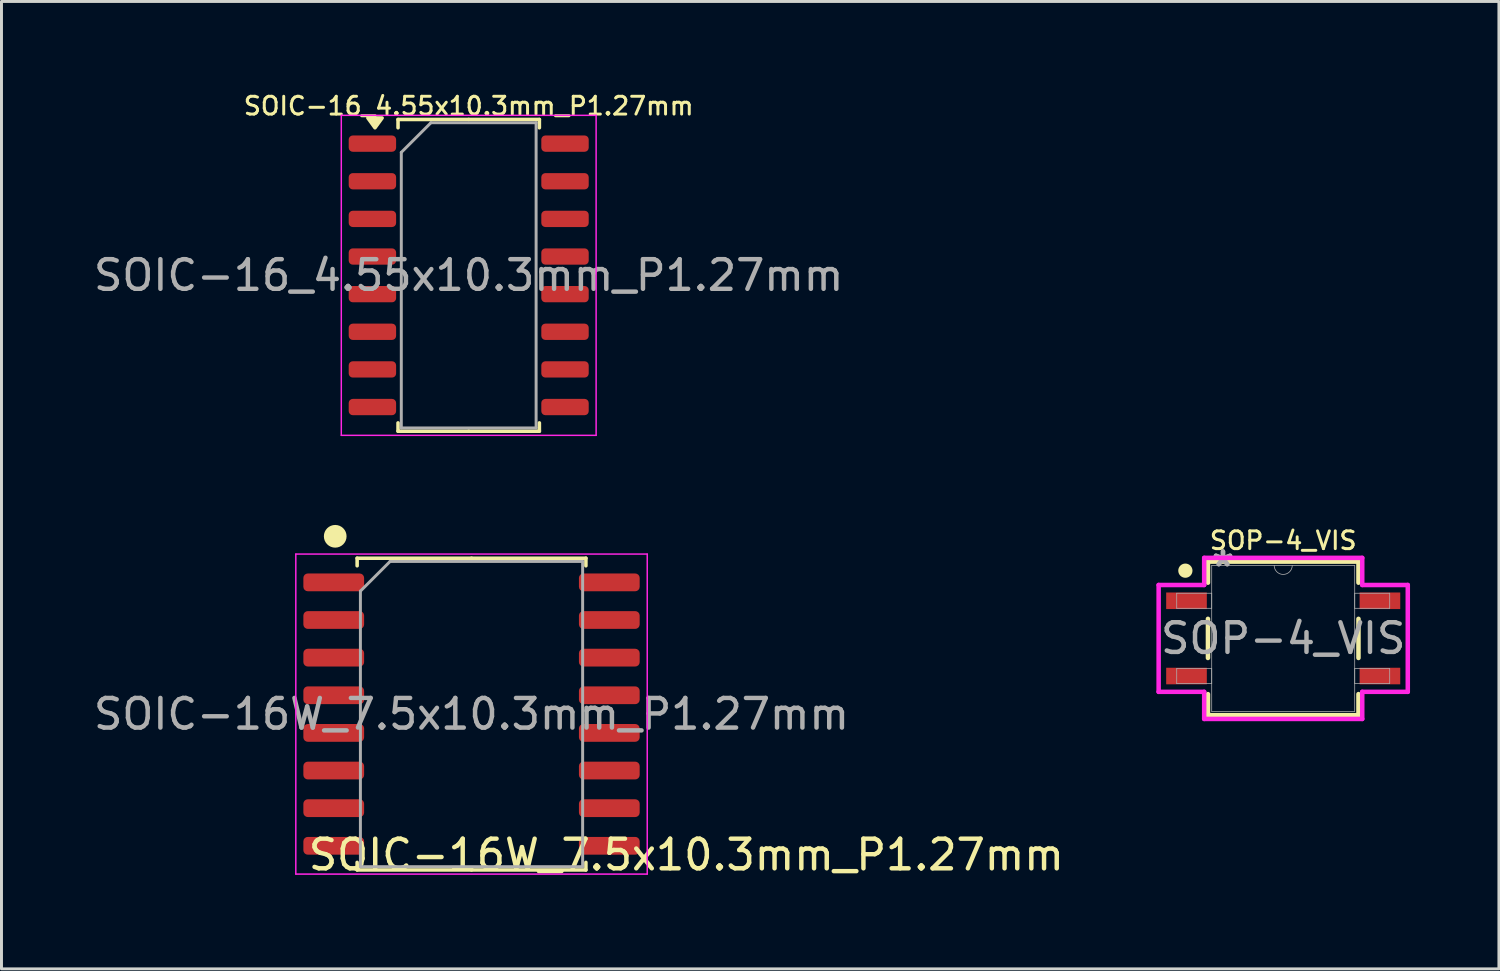
<source format=kicad_pcb>
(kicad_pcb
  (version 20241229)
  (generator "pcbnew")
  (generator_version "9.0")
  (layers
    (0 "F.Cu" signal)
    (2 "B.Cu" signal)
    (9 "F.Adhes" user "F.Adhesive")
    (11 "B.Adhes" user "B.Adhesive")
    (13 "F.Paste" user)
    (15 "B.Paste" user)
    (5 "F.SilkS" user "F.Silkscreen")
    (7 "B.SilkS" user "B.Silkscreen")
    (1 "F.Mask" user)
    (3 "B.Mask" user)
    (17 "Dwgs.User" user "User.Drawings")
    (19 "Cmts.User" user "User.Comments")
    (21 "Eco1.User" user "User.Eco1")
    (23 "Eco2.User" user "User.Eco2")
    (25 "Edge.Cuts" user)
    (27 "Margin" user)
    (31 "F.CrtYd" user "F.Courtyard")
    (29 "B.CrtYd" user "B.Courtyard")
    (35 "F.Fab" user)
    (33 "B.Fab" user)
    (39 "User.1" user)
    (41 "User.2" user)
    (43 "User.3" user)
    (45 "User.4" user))
  (footprint "SOIC-16W_7.5x10.3mm_P1.27mm"
    (layer "F.Cu")
    (at 12.863 21.049)
    (property "Reference" "SOIC-16W_7.5x10.3mm_P1.27mm" (at 7.25 4.75 0) (layer "F.SilkS") (effects (font (size 1 1) (thickness 0.15))))
    (attr smd)
    (fp_line (start -3.86 -5.26) (end -3.86 -5.005) (stroke (width 0.12) (type solid)) (layer "F.SilkS"))
    (fp_line (start -3.86 5.26) (end -3.86 5.005) (stroke (width 0.12) (type solid)) (layer "F.SilkS"))
    (fp_line (start 0 -5.26) (end -3.86 -5.26) (stroke (width 0.12) (type solid)) (layer "F.SilkS"))
    (fp_line (start 0 -5.26) (end 3.86 -5.26) (stroke (width 0.12) (type solid)) (layer "F.SilkS"))
    (fp_line (start 0 5.26) (end -3.86 5.26) (stroke (width 0.12) (type solid)) (layer "F.SilkS"))
    (fp_line (start 0 5.26) (end 3.86 5.26) (stroke (width 0.12) (type solid)) (layer "F.SilkS"))
    (fp_line (start 3.86 -5.26) (end 3.86 -5.005) (stroke (width 0.12) (type solid)) (layer "F.SilkS"))
    (fp_line (start 3.86 5.26) (end 3.86 5.005) (stroke (width 0.12) (type solid)) (layer "F.SilkS"))
    (fp_circle (center -4.6 -6) (end -4.317 -6) (stroke (width 0.2) (type solid)) (fill yes) (layer "F.SilkS"))
    (fp_line (start -5.93 -5.4) (end -5.93 5.4) (stroke (width 0.05) (type solid)) (layer "F.CrtYd"))
    (fp_line (start -5.93 5.4) (end 5.93 5.4) (stroke (width 0.05) (type solid)) (layer "F.CrtYd"))
    (fp_line (start 5.93 -5.4) (end -5.93 -5.4) (stroke (width 0.05) (type solid)) (layer "F.CrtYd"))
    (fp_line (start 5.93 5.4) (end 5.93 -5.4) (stroke (width 0.05) (type solid)) (layer "F.CrtYd"))
    (fp_line (start -3.75 -4.15) (end -2.75 -5.15) (stroke (width 0.1) (type solid)) (layer "F.Fab"))
    (fp_line (start -3.75 5.15) (end -3.75 -4.15) (stroke (width 0.1) (type solid)) (layer "F.Fab"))
    (fp_line (start -2.75 -5.15) (end 3.75 -5.15) (stroke (width 0.1) (type solid)) (layer "F.Fab"))
    (fp_line (start 3.75 -5.15) (end 3.75 5.15) (stroke (width 0.1) (type solid)) (layer "F.Fab"))
    (fp_line (start 3.75 5.15) (end -3.75 5.15) (stroke (width 0.1) (type solid)) (layer "F.Fab"))
    (fp_text user "${REFERENCE}" (at 0 0 0) (layer "F.Fab") (effects (font (size 1 1) (thickness 0.15))))
    (pad "1" smd roundrect (at -4.65 -4.445) (size 2.05 0.6) (layers "F.Cu" "F.Mask" "F.Paste") (roundrect_rratio 0.25))
    (pad "2" smd roundrect (at -4.65 -3.175) (size 2.05 0.6) (layers "F.Cu" "F.Mask" "F.Paste") (roundrect_rratio 0.25))
    (pad "3" smd roundrect (at -4.65 -1.905) (size 2.05 0.6) (layers "F.Cu" "F.Mask" "F.Paste") (roundrect_rratio 0.25))
    (pad "4" smd roundrect (at -4.65 -0.635) (size 2.05 0.6) (layers "F.Cu" "F.Mask" "F.Paste") (roundrect_rratio 0.25))
    (pad "5" smd roundrect (at -4.65 0.635) (size 2.05 0.6) (layers "F.Cu" "F.Mask" "F.Paste") (roundrect_rratio 0.25))
    (pad "6" smd roundrect (at -4.65 1.905) (size 2.05 0.6) (layers "F.Cu" "F.Mask" "F.Paste") (roundrect_rratio 0.25))
    (pad "7" smd roundrect (at -4.65 3.175) (size 2.05 0.6) (layers "F.Cu" "F.Mask" "F.Paste") (roundrect_rratio 0.25))
    (pad "8" smd roundrect (at -4.65 4.445) (size 2.05 0.6) (layers "F.Cu" "F.Mask" "F.Paste") (roundrect_rratio 0.25))
    (pad "9" smd roundrect (at 4.65 4.445) (size 2.05 0.6) (layers "F.Cu" "F.Mask" "F.Paste") (roundrect_rratio 0.25))
    (pad "10" smd roundrect (at 4.65 3.175) (size 2.05 0.6) (layers "F.Cu" "F.Mask" "F.Paste") (roundrect_rratio 0.25))
    (pad "11" smd roundrect (at 4.65 1.905) (size 2.05 0.6) (layers "F.Cu" "F.Mask" "F.Paste") (roundrect_rratio 0.25))
    (pad "12" smd roundrect (at 4.65 0.635) (size 2.05 0.6) (layers "F.Cu" "F.Mask" "F.Paste") (roundrect_rratio 0.25))
    (pad "13" smd roundrect (at 4.65 -0.635) (size 2.05 0.6) (layers "F.Cu" "F.Mask" "F.Paste") (roundrect_rratio 0.25))
    (pad "14" smd roundrect (at 4.65 -1.905) (size 2.05 0.6) (layers "F.Cu" "F.Mask" "F.Paste") (roundrect_rratio 0.25))
    (pad "15" smd roundrect (at 4.65 -3.175) (size 2.05 0.6) (layers "F.Cu" "F.Mask" "F.Paste") (roundrect_rratio 0.25))
    (pad "16" smd roundrect (at 4.65 -4.445) (size 2.05 0.6) (layers "F.Cu" "F.Mask" "F.Paste") (roundrect_rratio 0.25)))
  (footprint "SOP-4_VIS"
    (layer "F.Cu")
    (at 40.256 18.495)
    (property "Reference" "SOP-4_VIS" (at 0 -3.302 0) (unlocked yes) (layer "F.SilkS") (effects (font (size 0.6 0.6) (thickness 0.1))))
    (attr smd)
    (fp_line (start -2.54 -2.591) (end -2.54 -1.88) (stroke (width 0.152) (type solid)) (layer "F.SilkS"))
    (fp_line (start -2.54 -0.66) (end -2.54 0.66) (stroke (width 0.152) (type solid)) (layer "F.SilkS"))
    (fp_line (start -2.54 1.88) (end -2.54 2.591) (stroke (width 0.152) (type solid)) (layer "F.SilkS"))
    (fp_line (start -2.54 2.591) (end 2.54 2.591) (stroke (width 0.152) (type solid)) (layer "F.SilkS"))
    (fp_line (start 2.54 -2.591) (end -2.54 -2.591) (stroke (width 0.152) (type solid)) (layer "F.SilkS"))
    (fp_line (start 2.54 -1.88) (end 2.54 -2.591) (stroke (width 0.152) (type solid)) (layer "F.SilkS"))
    (fp_line (start 2.54 0.66) (end 2.54 -0.66) (stroke (width 0.152) (type solid)) (layer "F.SilkS"))
    (fp_line (start 2.54 2.591) (end 2.54 1.88) (stroke (width 0.152) (type solid)) (layer "F.SilkS"))
    (fp_circle (center -3.302 -2.286) (end -3.122 -2.286) (stroke (width 0.12) (type solid)) (fill yes) (layer "F.SilkS"))
    (fp_line (start -4.204 -1.803) (end -2.667 -1.803) (stroke (width 0.152) (type solid)) (layer "F.CrtYd"))
    (fp_line (start -4.204 1.803) (end -4.204 -1.803) (stroke (width 0.152) (type solid)) (layer "F.CrtYd"))
    (fp_line (start -4.204 1.803) (end -2.667 1.803) (stroke (width 0.152) (type solid)) (layer "F.CrtYd"))
    (fp_line (start -2.667 -2.718) (end 2.667 -2.718) (stroke (width 0.152) (type solid)) (layer "F.CrtYd"))
    (fp_line (start -2.667 -1.803) (end -2.667 -2.718) (stroke (width 0.152) (type solid)) (layer "F.CrtYd"))
    (fp_line (start -2.667 2.718) (end -2.667 1.803) (stroke (width 0.152) (type solid)) (layer "F.CrtYd"))
    (fp_line (start 2.667 -2.718) (end 2.667 -1.803) (stroke (width 0.152) (type solid)) (layer "F.CrtYd"))
    (fp_line (start 2.667 1.803) (end 2.667 2.718) (stroke (width 0.152) (type solid)) (layer "F.CrtYd"))
    (fp_line (start 2.667 2.718) (end -2.667 2.718) (stroke (width 0.152) (type solid)) (layer "F.CrtYd"))
    (fp_line (start 4.204 -1.803) (end 2.667 -1.803) (stroke (width 0.152) (type solid)) (layer "F.CrtYd"))
    (fp_line (start 4.204 -1.803) (end 4.204 1.803) (stroke (width 0.152) (type solid)) (layer "F.CrtYd"))
    (fp_line (start 4.204 1.803) (end 2.667 1.803) (stroke (width 0.152) (type solid)) (layer "F.CrtYd"))
    (fp_line (start -3.594 -1.524) (end -3.594 -1.016) (stroke (width 0.025) (type solid)) (layer "F.Fab"))
    (fp_line (start -3.594 -1.016) (end -2.413 -1.016) (stroke (width 0.025) (type solid)) (layer "F.Fab"))
    (fp_line (start -3.594 1.016) (end -3.594 1.524) (stroke (width 0.025) (type solid)) (layer "F.Fab"))
    (fp_line (start -3.594 1.524) (end -2.413 1.524) (stroke (width 0.025) (type solid)) (layer "F.Fab"))
    (fp_line (start -2.413 -2.464) (end -2.413 2.464) (stroke (width 0.025) (type solid)) (layer "F.Fab"))
    (fp_line (start -2.413 -1.524) (end -3.594 -1.524) (stroke (width 0.025) (type solid)) (layer "F.Fab"))
    (fp_line (start -2.413 -1.016) (end -2.413 -1.524) (stroke (width 0.025) (type solid)) (layer "F.Fab"))
    (fp_line (start -2.413 1.016) (end -3.594 1.016) (stroke (width 0.025) (type solid)) (layer "F.Fab"))
    (fp_line (start -2.413 1.524) (end -2.413 1.016) (stroke (width 0.025) (type solid)) (layer "F.Fab"))
    (fp_line (start -2.413 2.464) (end 2.413 2.464) (stroke (width 0.025) (type solid)) (layer "F.Fab"))
    (fp_line (start 2.413 -2.464) (end -2.413 -2.464) (stroke (width 0.025) (type solid)) (layer "F.Fab"))
    (fp_line (start 2.413 -1.524) (end 2.413 -1.016) (stroke (width 0.025) (type solid)) (layer "F.Fab"))
    (fp_line (start 2.413 -1.016) (end 3.594 -1.016) (stroke (width 0.025) (type solid)) (layer "F.Fab"))
    (fp_line (start 2.413 1.016) (end 2.413 1.524) (stroke (width 0.025) (type solid)) (layer "F.Fab"))
    (fp_line (start 2.413 1.524) (end 3.594 1.524) (stroke (width 0.025) (type solid)) (layer "F.Fab"))
    (fp_line (start 2.413 2.464) (end 2.413 -2.464) (stroke (width 0.025) (type solid)) (layer "F.Fab"))
    (fp_line (start 3.594 -1.524) (end 2.413 -1.524) (stroke (width 0.025) (type solid)) (layer "F.Fab"))
    (fp_line (start 3.594 -1.016) (end 3.594 -1.524) (stroke (width 0.025) (type solid)) (layer "F.Fab"))
    (fp_line (start 3.594 1.016) (end 2.413 1.016) (stroke (width 0.025) (type solid)) (layer "F.Fab"))
    (fp_line (start 3.594 1.524) (end 3.594 1.016) (stroke (width 0.025) (type solid)) (layer "F.Fab"))
    (fp_arc (start 0.3048 -2.4638) (mid 0 -2.159) (end -0.3048 -2.4638) (stroke (width 0.0254) (type solid)) (layer "F.Fab"))
    (fp_text user "*" (at -2.032 -2.388 0) (unlocked yes) (layer "F.Fab") (effects (font (size 1 1) (thickness 0.15))))
    (fp_text user "${REFERENCE}" (at 0 0 0) (unlocked yes) (layer "F.Fab") (effects (font (size 1 1) (thickness 0.15))))
    (fp_text user "*" (at -2.032 -2.388 0) (layer "F.Fab") (effects (font (size 1 1) (thickness 0.15))))
    (pad "1" smd rect (at -3.264 -1.27) (size 1.372 0.559) (layers "F.Cu" "F.Mask" "F.Paste"))
    (pad "2" smd rect (at -3.264 1.27) (size 1.372 0.559) (layers "F.Cu" "F.Mask" "F.Paste"))
    (pad "3" smd rect (at 3.264 1.27) (size 1.372 0.559) (layers "F.Cu" "F.Mask" "F.Paste"))
    (pad "4" smd rect (at 3.264 -1.27) (size 1.372 0.559) (layers "F.Cu" "F.Mask" "F.Paste")))
  (footprint "SOIC-16_4.55x10.3mm_P1.27mm"
    (layer "F.Cu")
    (at 12.768 6.242)
    (property "Reference" "SOIC-16_4.55x10.3mm_P1.27mm" (at 0 -5.715 0) (layer "F.SilkS") (effects (font (size 0.6 0.6) (thickness 0.1) (bold yes))))
    (attr smd)
    (fp_line (start -2.385 -5.26) (end -2.385 -4.98) (stroke (width 0.12) (type solid)) (layer "F.SilkS"))
    (fp_line (start -2.385 5.26) (end -2.385 4.98) (stroke (width 0.12) (type solid)) (layer "F.SilkS"))
    (fp_line (start 0 -5.26) (end -2.385 -5.26) (stroke (width 0.12) (type solid)) (layer "F.SilkS"))
    (fp_line (start 0 -5.26) (end 2.385 -5.26) (stroke (width 0.12) (type solid)) (layer "F.SilkS"))
    (fp_line (start 0 5.26) (end -2.385 5.26) (stroke (width 0.12) (type solid)) (layer "F.SilkS"))
    (fp_line (start 0 5.26) (end 2.385 5.26) (stroke (width 0.12) (type solid)) (layer "F.SilkS"))
    (fp_line (start 2.385 -5.26) (end 2.385 -4.98) (stroke (width 0.12) (type solid)) (layer "F.SilkS"))
    (fp_line (start 2.385 5.26) (end 2.385 4.98) (stroke (width 0.12) (type solid)) (layer "F.SilkS"))
    (fp_poly (pts (xy -3.163 -4.98) (xy -3.402 -5.31) (xy -2.922 -5.31) (xy -3.163 -4.98)) (stroke (width 0.12) (type solid)) (fill yes) (layer "F.SilkS"))
    (fp_line (start -4.3 -5.4) (end -4.3 5.4) (stroke (width 0.05) (type solid)) (layer "F.CrtYd"))
    (fp_line (start -4.3 5.4) (end 4.3 5.4) (stroke (width 0.05) (type solid)) (layer "F.CrtYd"))
    (fp_line (start 4.3 -5.4) (end -4.3 -5.4) (stroke (width 0.05) (type solid)) (layer "F.CrtYd"))
    (fp_line (start 4.3 5.4) (end 4.3 -5.4) (stroke (width 0.05) (type solid)) (layer "F.CrtYd"))
    (fp_line (start -2.275 -4.15) (end -1.275 -5.15) (stroke (width 0.1) (type solid)) (layer "F.Fab"))
    (fp_line (start -2.275 5.15) (end -2.275 -4.15) (stroke (width 0.1) (type solid)) (layer "F.Fab"))
    (fp_line (start -1.275 -5.15) (end 2.275 -5.15) (stroke (width 0.1) (type solid)) (layer "F.Fab"))
    (fp_line (start 2.275 -5.15) (end 2.275 5.15) (stroke (width 0.1) (type solid)) (layer "F.Fab"))
    (fp_line (start 2.275 5.15) (end -2.275 5.15) (stroke (width 0.1) (type solid)) (layer "F.Fab"))
    (fp_text user "${REFERENCE}" (at 0 0 0) (layer "F.Fab") (effects (font (size 1 1) (thickness 0.15))))
    (pad "1" smd roundrect (at -3.25 -4.445) (size 1.6 0.55) (layers "F.Cu" "F.Mask" "F.Paste") (roundrect_rratio 0.25))
    (pad "2" smd roundrect (at -3.25 -3.175) (size 1.6 0.55) (layers "F.Cu" "F.Mask" "F.Paste") (roundrect_rratio 0.25))
    (pad "3" smd roundrect (at -3.25 -1.905) (size 1.6 0.55) (layers "F.Cu" "F.Mask" "F.Paste") (roundrect_rratio 0.25))
    (pad "4" smd roundrect (at -3.25 -0.635) (size 1.6 0.55) (layers "F.Cu" "F.Mask" "F.Paste") (roundrect_rratio 0.25))
    (pad "5" smd roundrect (at -3.25 0.635) (size 1.6 0.55) (layers "F.Cu" "F.Mask" "F.Paste") (roundrect_rratio 0.25))
    (pad "6" smd roundrect (at -3.25 1.905) (size 1.6 0.55) (layers "F.Cu" "F.Mask" "F.Paste") (roundrect_rratio 0.25))
    (pad "7" smd roundrect (at -3.25 3.175) (size 1.6 0.55) (layers "F.Cu" "F.Mask" "F.Paste") (roundrect_rratio 0.25))
    (pad "8" smd roundrect (at -3.25 4.445) (size 1.6 0.55) (layers "F.Cu" "F.Mask" "F.Paste") (roundrect_rratio 0.25))
    (pad "9" smd roundrect (at 3.25 4.445) (size 1.6 0.55) (layers "F.Cu" "F.Mask" "F.Paste") (roundrect_rratio 0.25))
    (pad "10" smd roundrect (at 3.25 3.175) (size 1.6 0.55) (layers "F.Cu" "F.Mask" "F.Paste") (roundrect_rratio 0.25))
    (pad "11" smd roundrect (at 3.25 1.905) (size 1.6 0.55) (layers "F.Cu" "F.Mask" "F.Paste") (roundrect_rratio 0.25))
    (pad "12" smd roundrect (at 3.25 0.635) (size 1.6 0.55) (layers "F.Cu" "F.Mask" "F.Paste") (roundrect_rratio 0.25))
    (pad "13" smd roundrect (at 3.25 -0.635) (size 1.6 0.55) (layers "F.Cu" "F.Mask" "F.Paste") (roundrect_rratio 0.25))
    (pad "14" smd roundrect (at 3.25 -1.905) (size 1.6 0.55) (layers "F.Cu" "F.Mask" "F.Paste") (roundrect_rratio 0.25))
    (pad "15" smd roundrect (at 3.25 -3.175) (size 1.6 0.55) (layers "F.Cu" "F.Mask" "F.Paste") (roundrect_rratio 0.25))
    (pad "16" smd roundrect (at 3.25 -4.445) (size 1.6 0.55) (layers "F.Cu" "F.Mask" "F.Paste") (roundrect_rratio 0.25)))
  (gr_rect
    (start -3 -3)
    (end 47.536 29.648)
    (stroke (width 0.1) (type default))
    (fill no)
    (layer "Edge.Cuts")))
</source>
